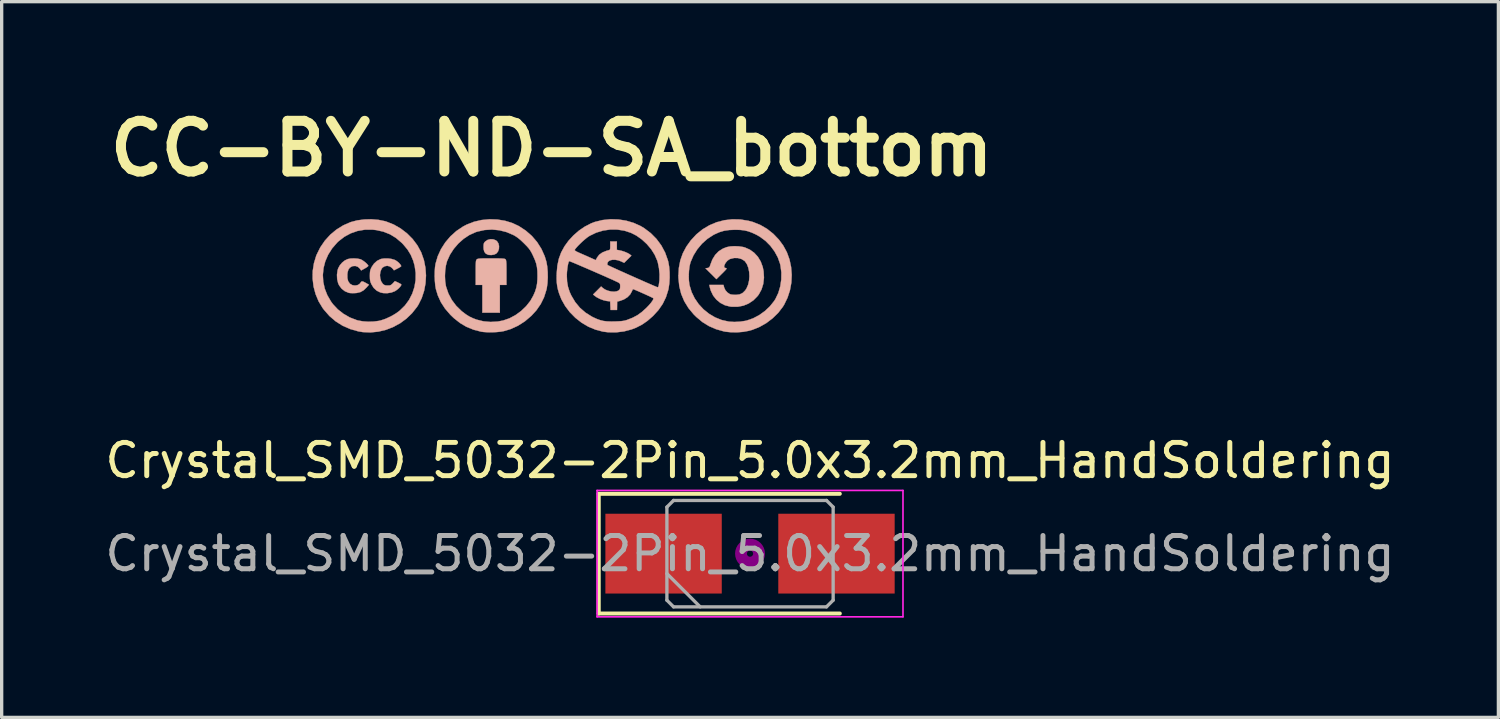
<source format=kicad_pcb>
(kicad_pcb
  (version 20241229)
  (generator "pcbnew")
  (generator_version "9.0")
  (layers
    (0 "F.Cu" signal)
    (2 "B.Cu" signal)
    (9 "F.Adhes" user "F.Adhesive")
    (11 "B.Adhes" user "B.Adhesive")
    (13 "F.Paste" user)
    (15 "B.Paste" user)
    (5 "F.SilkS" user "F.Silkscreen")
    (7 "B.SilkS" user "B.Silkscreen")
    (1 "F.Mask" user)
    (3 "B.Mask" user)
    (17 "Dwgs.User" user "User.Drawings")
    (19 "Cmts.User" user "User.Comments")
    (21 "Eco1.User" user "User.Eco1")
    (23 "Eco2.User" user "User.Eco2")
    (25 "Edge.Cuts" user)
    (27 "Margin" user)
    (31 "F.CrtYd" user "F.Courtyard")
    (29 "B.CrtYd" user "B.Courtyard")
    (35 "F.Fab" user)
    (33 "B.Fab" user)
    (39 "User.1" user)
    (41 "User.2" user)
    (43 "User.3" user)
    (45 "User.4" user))
  (footprint "CC-BY-ND-SA_bottom"
    (layer "F.Cu")
    (at 13.542 5.228)
    (property "Reference" "CC-BY-ND-SA_bottom" (at 0 -3.81 0) (layer "F.SilkS") (effects (font (size 1.524 1.524) (thickness 0.3))))
    (attr through_hole)
    (fp_poly (pts (xy -1.759 -1.081) (xy -1.681 -1.051) (xy -1.645 -1.023) (xy -1.602 -0.957) (xy -1.584 -0.877) (xy -1.588 -0.793) (xy -1.615 -0.715) (xy -1.664 -0.655) (xy -1.669 -0.651) (xy -1.734 -0.621) (xy -1.816 -0.608) (xy -1.898 -0.613) (xy -1.917 -0.618) (xy -1.983 -0.651) (xy -2.026 -0.705) (xy -2.047 -0.783) (xy -2.05 -0.847) (xy -2.048 -0.914) (xy -2.04 -0.958) (xy -2.022 -0.99) (xy -1.998 -1.016) (xy -1.928 -1.063) (xy -1.845 -1.085) (xy -1.759 -1.081)) (stroke (width 0.01) (type solid)) (fill yes) (layer "B.SilkS"))
    (fp_poly (pts (xy -1.685 -0.508) (xy -1.583 -0.506) (xy -1.507 -0.504) (xy -1.455 -0.5) (xy -1.42 -0.495) (xy -1.399 -0.487) (xy -1.389 -0.479) (xy -1.379 -0.465) (xy -1.372 -0.44) (xy -1.367 -0.399) (xy -1.363 -0.339) (xy -1.362 -0.255) (xy -1.361 -0.14) (xy -1.361 -0.08) (xy -1.361 0.29) (xy -1.56 0.29) (xy -1.56 1.125) (xy -2.086 1.125) (xy -2.086 0.29) (xy -2.286 0.29) (xy -2.286 -0.079) (xy -2.286 -0.205) (xy -2.285 -0.299) (xy -2.282 -0.368) (xy -2.279 -0.415) (xy -2.273 -0.445) (xy -2.264 -0.465) (xy -2.253 -0.478) (xy -2.253 -0.478) (xy -2.238 -0.488) (xy -2.214 -0.495) (xy -2.178 -0.501) (xy -2.124 -0.505) (xy -2.047 -0.507) (xy -1.943 -0.508) (xy -1.819 -0.508) (xy -1.685 -0.508)) (stroke (width 0.01) (type solid)) (fill yes) (layer "B.SilkS"))
    (fp_poly (pts (xy -5.844 -0.5) (xy -5.757 -0.483) (xy -5.749 -0.48) (xy -5.701 -0.456) (xy -5.645 -0.418) (xy -5.59 -0.374) (xy -5.546 -0.33) (xy -5.519 -0.295) (xy -5.516 -0.282) (xy -5.531 -0.264) (xy -5.569 -0.236) (xy -5.623 -0.204) (xy -5.731 -0.145) (xy -5.769 -0.199) (xy -5.829 -0.254) (xy -5.904 -0.28) (xy -5.985 -0.275) (xy -6.009 -0.266) (xy -6.072 -0.228) (xy -6.114 -0.172) (xy -6.138 -0.092) (xy -6.146 -0.03) (xy -6.145 0.086) (xy -6.122 0.177) (xy -6.074 0.247) (xy -6.057 0.262) (xy -5.992 0.298) (xy -5.917 0.309) (xy -5.844 0.298) (xy -5.782 0.264) (xy -5.75 0.225) (xy -5.729 0.195) (xy -5.702 0.184) (xy -5.662 0.194) (xy -5.602 0.225) (xy -5.587 0.233) (xy -5.497 0.285) (xy -5.572 0.37) (xy -5.659 0.453) (xy -5.751 0.505) (xy -5.86 0.532) (xy -5.924 0.537) (xy -5.997 0.538) (xy -6.063 0.535) (xy -6.105 0.528) (xy -6.218 0.481) (xy -6.316 0.405) (xy -6.392 0.306) (xy -6.423 0.24) (xy -6.452 0.118) (xy -6.458 -0.016) (xy -6.44 -0.148) (xy -6.422 -0.207) (xy -6.374 -0.296) (xy -6.304 -0.379) (xy -6.222 -0.445) (xy -6.137 -0.486) (xy -6.137 -0.486) (xy -6.05 -0.503) (xy -5.947 -0.507) (xy -5.844 -0.5)) (stroke (width 0.01) (type solid)) (fill yes) (layer "B.SilkS"))
    (fp_poly (pts (xy -4.925 -0.506) (xy -4.819 -0.491) (xy -4.727 -0.464) (xy -4.694 -0.448) (xy -4.639 -0.41) (xy -4.589 -0.365) (xy -4.55 -0.321) (xy -4.529 -0.285) (xy -4.529 -0.268) (xy -4.549 -0.253) (xy -4.592 -0.227) (xy -4.641 -0.201) (xy -4.744 -0.149) (xy -4.778 -0.194) (xy -4.818 -0.232) (xy -4.869 -0.266) (xy -4.872 -0.267) (xy -4.947 -0.285) (xy -5.023 -0.271) (xy -5.088 -0.231) (xy -5.116 -0.195) (xy -5.152 -0.107) (xy -5.166 -0.007) (xy -5.157 0.094) (xy -5.128 0.186) (xy -5.08 0.257) (xy -5.041 0.289) (xy -5 0.304) (xy -4.94 0.308) (xy -4.934 0.308) (xy -4.874 0.306) (xy -4.834 0.292) (xy -4.796 0.261) (xy -4.777 0.242) (xy -4.715 0.176) (xy -4.624 0.219) (xy -4.572 0.245) (xy -4.535 0.267) (xy -4.524 0.276) (xy -4.528 0.302) (xy -4.554 0.341) (xy -4.597 0.388) (xy -4.65 0.434) (xy -4.706 0.473) (xy -4.719 0.48) (xy -4.824 0.52) (xy -4.945 0.539) (xy -5.067 0.536) (xy -5.153 0.517) (xy -5.263 0.463) (xy -5.354 0.379) (xy -5.418 0.277) (xy -5.444 0.219) (xy -5.46 0.166) (xy -5.467 0.105) (xy -5.469 0.022) (xy -5.469 0.017) (xy -5.467 -0.066) (xy -5.461 -0.126) (xy -5.447 -0.177) (xy -5.422 -0.232) (xy -5.415 -0.247) (xy -5.344 -0.351) (xy -5.254 -0.432) (xy -5.15 -0.485) (xy -5.129 -0.491) (xy -5.033 -0.506) (xy -4.925 -0.506)) (stroke (width 0.01) (type solid)) (fill yes) (layer "B.SilkS"))
    (fp_poly (pts (xy 5.632 -0.869) (xy 5.756 -0.85) (xy 5.809 -0.836) (xy 5.958 -0.77) (xy 6.089 -0.676) (xy 6.2 -0.555) (xy 6.286 -0.412) (xy 6.346 -0.249) (xy 6.372 -0.12) (xy 6.383 0.075) (xy 6.362 0.258) (xy 6.31 0.426) (xy 6.228 0.577) (xy 6.191 0.626) (xy 6.067 0.752) (xy 5.924 0.848) (xy 5.765 0.914) (xy 5.594 0.947) (xy 5.413 0.947) (xy 5.364 0.941) (xy 5.21 0.902) (xy 5.072 0.831) (xy 4.953 0.733) (xy 4.856 0.612) (xy 4.787 0.47) (xy 4.761 0.386) (xy 4.739 0.29) (xy 5.166 0.29) (xy 5.186 0.37) (xy 5.221 0.446) (xy 5.28 0.515) (xy 5.352 0.564) (xy 5.384 0.576) (xy 5.43 0.583) (xy 5.495 0.588) (xy 5.544 0.589) (xy 5.653 0.575) (xy 5.744 0.531) (xy 5.82 0.455) (xy 5.859 0.396) (xy 5.906 0.286) (xy 5.935 0.161) (xy 5.945 0.03) (xy 5.938 -0.101) (xy 5.913 -0.224) (xy 5.872 -0.331) (xy 5.815 -0.415) (xy 5.796 -0.434) (xy 5.706 -0.489) (xy 5.6 -0.518) (xy 5.486 -0.52) (xy 5.373 -0.492) (xy 5.341 -0.479) (xy 5.281 -0.435) (xy 5.228 -0.372) (xy 5.193 -0.302) (xy 5.186 -0.273) (xy 5.188 -0.238) (xy 5.214 -0.222) (xy 5.23 -0.218) (xy 5.25 -0.213) (xy 5.258 -0.205) (xy 5.253 -0.189) (xy 5.23 -0.161) (xy 5.187 -0.116) (xy 5.122 -0.05) (xy 5.117 -0.046) (xy 4.953 0.117) (xy 4.789 -0.046) (xy 4.625 -0.209) (xy 4.685 -0.218) (xy 4.723 -0.228) (xy 4.746 -0.25) (xy 4.765 -0.296) (xy 4.768 -0.308) (xy 4.832 -0.475) (xy 4.917 -0.613) (xy 5.023 -0.722) (xy 5.152 -0.803) (xy 5.263 -0.846) (xy 5.371 -0.868) (xy 5.499 -0.875) (xy 5.632 -0.869)) (stroke (width 0.01) (type solid)) (fill yes) (layer "B.SilkS"))
    (fp_poly (pts (xy -5.21 -1.666) (xy -5.011 -1.625) (xy -4.972 -1.613) (xy -4.748 -1.524) (xy -4.54 -1.404) (xy -4.35 -1.258) (xy -4.182 -1.089) (xy -4.04 -0.9) (xy -3.928 -0.694) (xy -3.921 -0.678) (xy -3.844 -0.458) (xy -3.798 -0.228) (xy -3.781 0.006) (xy -3.795 0.241) (xy -3.838 0.469) (xy -3.91 0.687) (xy -4.011 0.889) (xy -4.052 0.953) (xy -4.2 1.14) (xy -4.371 1.305) (xy -4.562 1.445) (xy -4.77 1.557) (xy -4.989 1.642) (xy -5.217 1.696) (xy -5.449 1.719) (xy -5.682 1.709) (xy -5.815 1.687) (xy -6.061 1.617) (xy -6.289 1.517) (xy -6.497 1.386) (xy -6.685 1.225) (xy -6.852 1.034) (xy -6.888 0.986) (xy -7.01 0.785) (xy -7.101 0.567) (xy -7.162 0.339) (xy -7.19 0.105) (xy -7.189 -0.011) (xy -6.883 -0.011) (xy -6.871 0.197) (xy -6.826 0.402) (xy -6.748 0.601) (xy -6.637 0.791) (xy -6.58 0.869) (xy -6.433 1.026) (xy -6.262 1.16) (xy -6.072 1.269) (xy -5.87 1.347) (xy -5.824 1.36) (xy -5.679 1.386) (xy -5.517 1.397) (xy -5.352 1.392) (xy -5.199 1.372) (xy -5.143 1.359) (xy -4.989 1.307) (xy -4.83 1.233) (xy -4.678 1.143) (xy -4.569 1.062) (xy -4.415 0.911) (xy -4.29 0.741) (xy -4.194 0.554) (xy -4.128 0.354) (xy -4.093 0.145) (xy -4.091 -0.07) (xy -4.122 -0.286) (xy -4.165 -0.438) (xy -4.238 -0.612) (xy -4.336 -0.773) (xy -4.464 -0.927) (xy -4.516 -0.98) (xy -4.684 -1.123) (xy -4.865 -1.233) (xy -5.062 -1.311) (xy -5.275 -1.359) (xy -5.4 -1.372) (xy -5.624 -1.37) (xy -5.839 -1.333) (xy -6.043 -1.262) (xy -6.234 -1.159) (xy -6.409 -1.024) (xy -6.457 -0.978) (xy -6.606 -0.805) (xy -6.723 -0.619) (xy -6.809 -0.422) (xy -6.862 -0.219) (xy -6.883 -0.011) (xy -7.189 -0.011) (xy -7.187 -0.131) (xy -7.15 -0.365) (xy -7.081 -0.591) (xy -7.07 -0.617) (xy -6.961 -0.837) (xy -6.823 -1.039) (xy -6.66 -1.219) (xy -6.475 -1.373) (xy -6.271 -1.5) (xy -6.052 -1.596) (xy -6.044 -1.599) (xy -5.851 -1.65) (xy -5.64 -1.678) (xy -5.423 -1.684) (xy -5.21 -1.666)) (stroke (width 0.01) (type solid)) (fill yes) (layer "B.SilkS"))
    (fp_poly (pts (xy 5.671 -1.678) (xy 5.916 -1.638) (xy 6.051 -1.602) (xy 6.269 -1.515) (xy 6.475 -1.396) (xy 6.663 -1.247) (xy 6.832 -1.071) (xy 6.963 -0.893) (xy 7.072 -0.692) (xy 7.151 -0.475) (xy 7.199 -0.248) (xy 7.218 -0.014) (xy 7.207 0.22) (xy 7.165 0.45) (xy 7.093 0.672) (xy 6.992 0.881) (xy 6.95 0.949) (xy 6.811 1.13) (xy 6.644 1.293) (xy 6.456 1.436) (xy 6.251 1.553) (xy 6.036 1.64) (xy 5.931 1.67) (xy 5.763 1.701) (xy 5.582 1.716) (xy 5.4 1.715) (xy 5.232 1.698) (xy 5.175 1.687) (xy 4.941 1.621) (xy 4.729 1.529) (xy 4.533 1.408) (xy 4.349 1.254) (xy 4.27 1.176) (xy 4.112 0.986) (xy 3.986 0.78) (xy 3.894 0.561) (xy 3.836 0.328) (xy 3.811 0.081) (xy 3.81 0.022) (xy 3.811 0.008) (xy 4.121 0.008) (xy 4.125 0.147) (xy 4.139 0.271) (xy 4.145 0.301) (xy 4.207 0.505) (xy 4.3 0.695) (xy 4.421 0.87) (xy 4.566 1.026) (xy 4.732 1.159) (xy 4.914 1.267) (xy 5.111 1.346) (xy 5.317 1.392) (xy 5.337 1.395) (xy 5.495 1.404) (xy 5.665 1.395) (xy 5.826 1.371) (xy 5.869 1.361) (xy 6.057 1.295) (xy 6.24 1.199) (xy 6.41 1.077) (xy 6.562 0.934) (xy 6.689 0.775) (xy 6.728 0.714) (xy 6.814 0.534) (xy 6.873 0.336) (xy 6.904 0.127) (xy 6.907 -0.084) (xy 6.88 -0.29) (xy 6.867 -0.346) (xy 6.8 -0.536) (xy 6.701 -0.717) (xy 6.576 -0.886) (xy 6.428 -1.035) (xy 6.262 -1.158) (xy 6.148 -1.223) (xy 6.017 -1.283) (xy 5.902 -1.324) (xy 5.79 -1.35) (xy 5.669 -1.364) (xy 5.524 -1.368) (xy 5.515 -1.368) (xy 5.339 -1.361) (xy 5.184 -1.338) (xy 5.04 -1.295) (xy 4.895 -1.23) (xy 4.862 -1.213) (xy 4.683 -1.096) (xy 4.52 -0.951) (xy 4.379 -0.783) (xy 4.263 -0.597) (xy 4.177 -0.398) (xy 4.169 -0.373) (xy 4.144 -0.265) (xy 4.128 -0.133) (xy 4.121 0.008) (xy 3.811 0.008) (xy 3.824 -0.222) (xy 3.868 -0.449) (xy 3.943 -0.661) (xy 4.051 -0.864) (xy 4.183 -1.048) (xy 4.35 -1.229) (xy 4.537 -1.381) (xy 4.742 -1.503) (xy 4.96 -1.595) (xy 5.19 -1.655) (xy 5.428 -1.683) (xy 5.671 -1.678)) (stroke (width 0.01) (type solid)) (fill yes) (layer "B.SilkS"))
    (fp_poly (pts (xy -1.636 -1.676) (xy -1.403 -1.638) (xy -1.18 -1.569) (xy -0.987 -1.478) (xy -0.78 -1.342) (xy -0.596 -1.181) (xy -0.439 -0.997) (xy -0.31 -0.793) (xy -0.211 -0.573) (xy -0.16 -0.405) (xy -0.135 -0.264) (xy -0.121 -0.102) (xy -0.118 0.068) (xy -0.127 0.235) (xy -0.148 0.385) (xy -0.16 0.439) (xy -0.231 0.663) (xy -0.331 0.866) (xy -0.462 1.055) (xy -0.611 1.218) (xy -0.806 1.384) (xy -1.016 1.518) (xy -1.241 1.62) (xy -1.438 1.679) (xy -1.539 1.697) (xy -1.663 1.709) (xy -1.798 1.715) (xy -1.931 1.714) (xy -2.051 1.706) (xy -2.12 1.697) (xy -2.351 1.637) (xy -2.563 1.551) (xy -2.759 1.435) (xy -2.945 1.287) (xy -3.05 1.186) (xy -3.208 1.002) (xy -3.333 0.809) (xy -3.426 0.604) (xy -3.483 0.416) (xy -3.502 0.307) (xy -3.514 0.174) (xy -3.52 0.03) (xy -3.52 0.023) (xy -3.211 0.023) (xy -3.204 0.179) (xy -3.183 0.319) (xy -3.177 0.344) (xy -3.107 0.549) (xy -3.005 0.742) (xy -2.873 0.918) (xy -2.716 1.072) (xy -2.689 1.094) (xy -2.578 1.178) (xy -2.477 1.241) (xy -2.373 1.291) (xy -2.257 1.335) (xy -2.053 1.385) (xy -1.839 1.404) (xy -1.623 1.392) (xy -1.461 1.361) (xy -1.271 1.295) (xy -1.089 1.198) (xy -0.919 1.074) (xy -0.768 0.929) (xy -0.641 0.768) (xy -0.554 0.614) (xy -0.5 0.49) (xy -0.464 0.375) (xy -0.441 0.256) (xy -0.43 0.122) (xy -0.428 0.018) (xy -0.431 -0.127) (xy -0.444 -0.249) (xy -0.469 -0.361) (xy -0.51 -0.474) (xy -0.568 -0.603) (xy -0.574 -0.616) (xy -0.614 -0.694) (xy -0.653 -0.758) (xy -0.698 -0.818) (xy -0.757 -0.883) (xy -0.833 -0.96) (xy -0.927 -1.05) (xy -1.008 -1.118) (xy -1.085 -1.172) (xy -1.152 -1.21) (xy -1.36 -1.299) (xy -1.577 -1.354) (xy -1.797 -1.375) (xy -2.019 -1.361) (xy -2.236 -1.313) (xy -2.293 -1.294) (xy -2.477 -1.211) (xy -2.65 -1.096) (xy -2.808 -0.955) (xy -2.947 -0.793) (xy -3.062 -0.615) (xy -3.147 -0.425) (xy -3.151 -0.414) (xy -3.184 -0.286) (xy -3.204 -0.136) (xy -3.211 0.023) (xy -3.52 0.023) (xy -3.518 -0.114) (xy -3.509 -0.245) (xy -3.494 -0.345) (xy -3.428 -0.571) (xy -3.329 -0.787) (xy -3.201 -0.987) (xy -3.046 -1.17) (xy -2.868 -1.33) (xy -2.669 -1.464) (xy -2.557 -1.523) (xy -2.339 -1.608) (xy -2.11 -1.661) (xy -1.874 -1.684) (xy -1.636 -1.676)) (stroke (width 0.01) (type solid)) (fill yes) (layer "B.SilkS"))
    (fp_poly (pts (xy 2.004 -1.678) (xy 2.24 -1.641) (xy 2.466 -1.574) (xy 2.678 -1.478) (xy 2.781 -1.416) (xy 2.98 -1.265) (xy 3.152 -1.091) (xy 3.297 -0.895) (xy 3.411 -0.681) (xy 3.493 -0.451) (xy 3.505 -0.406) (xy 3.531 -0.263) (xy 3.545 -0.098) (xy 3.547 0.075) (xy 3.537 0.243) (xy 3.515 0.395) (xy 3.505 0.441) (xy 3.435 0.661) (xy 3.338 0.861) (xy 3.21 1.046) (xy 3.05 1.221) (xy 3.045 1.226) (xy 2.879 1.371) (xy 2.712 1.486) (xy 2.535 1.577) (xy 2.404 1.627) (xy 2.175 1.688) (xy 1.938 1.717) (xy 1.702 1.715) (xy 1.542 1.695) (xy 1.317 1.636) (xy 1.101 1.546) (xy 0.898 1.426) (xy 0.712 1.28) (xy 0.546 1.112) (xy 0.405 0.925) (xy 0.291 0.723) (xy 0.221 0.544) (xy 0.187 0.429) (xy 0.165 0.323) (xy 0.152 0.216) (xy 0.147 0.095) (xy 0.149 0.013) (xy 0.454 0.013) (xy 0.462 0.189) (xy 0.489 0.345) (xy 0.537 0.495) (xy 0.588 0.608) (xy 0.706 0.806) (xy 0.848 0.978) (xy 1.015 1.123) (xy 1.208 1.244) (xy 1.245 1.263) (xy 1.357 1.314) (xy 1.457 1.35) (xy 1.555 1.374) (xy 1.662 1.387) (xy 1.788 1.391) (xy 1.896 1.39) (xy 2.012 1.385) (xy 2.1 1.379) (xy 2.171 1.369) (xy 2.232 1.354) (xy 2.267 1.343) (xy 2.432 1.278) (xy 2.576 1.202) (xy 2.709 1.106) (xy 2.843 0.985) (xy 2.846 0.982) (xy 2.924 0.901) (xy 2.987 0.827) (xy 3.032 0.764) (xy 3.056 0.717) (xy 3.056 0.69) (xy 3.055 0.69) (xy 3.035 0.678) (xy 2.987 0.655) (xy 2.92 0.623) (xy 2.84 0.586) (xy 2.753 0.547) (xy 2.665 0.508) (xy 2.585 0.473) (xy 2.517 0.444) (xy 2.469 0.424) (xy 2.447 0.417) (xy 2.433 0.433) (xy 2.416 0.47) (xy 2.415 0.475) (xy 2.362 0.573) (xy 2.279 0.659) (xy 2.173 0.726) (xy 2.054 0.77) (xy 1.968 0.792) (xy 1.966 0.917) (xy 1.964 1.043) (xy 1.769 1.043) (xy 1.758 0.785) (xy 1.652 0.773) (xy 1.557 0.751) (xy 1.452 0.712) (xy 1.353 0.661) (xy 1.289 0.616) (xy 1.245 0.578) (xy 1.366 0.458) (xy 1.486 0.337) (xy 1.528 0.376) (xy 1.6 0.427) (xy 1.688 0.464) (xy 1.784 0.487) (xy 1.878 0.494) (xy 1.959 0.482) (xy 2.012 0.458) (xy 2.042 0.429) (xy 2.056 0.393) (xy 2.059 0.335) (xy 2.059 0.334) (xy 2.057 0.279) (xy 2.046 0.248) (xy 2.019 0.226) (xy 1.996 0.213) (xy 1.945 0.189) (xy 1.87 0.154) (xy 1.774 0.111) (xy 1.662 0.061) (xy 1.538 0.006) (xy 1.406 -0.052) (xy 1.269 -0.112) (xy 1.133 -0.171) (xy 1.001 -0.228) (xy 0.877 -0.281) (xy 0.766 -0.329) (xy 0.671 -0.369) (xy 0.597 -0.399) (xy 0.547 -0.419) (xy 0.525 -0.426) (xy 0.525 -0.426) (xy 0.51 -0.4) (xy 0.494 -0.345) (xy 0.479 -0.271) (xy 0.467 -0.183) (xy 0.458 -0.092) (xy 0.454 -0.003) (xy 0.454 0.013) (xy 0.149 0.013) (xy 0.15 -0.049) (xy 0.15 -0.059) (xy 0.17 -0.288) (xy 0.214 -0.495) (xy 0.284 -0.686) (xy 0.322 -0.755) (xy 0.69 -0.755) (xy 0.705 -0.738) (xy 0.746 -0.713) (xy 0.803 -0.686) (xy 0.803 -0.686) (xy 0.866 -0.658) (xy 0.951 -0.621) (xy 1.045 -0.58) (xy 1.12 -0.546) (xy 1.325 -0.455) (xy 1.361 -0.527) (xy 1.426 -0.615) (xy 1.523 -0.685) (xy 1.65 -0.736) (xy 1.71 -0.752) (xy 1.736 -0.759) (xy 1.751 -0.773) (xy 1.758 -0.802) (xy 1.76 -0.855) (xy 1.76 -0.889) (xy 1.76 -1.016) (xy 1.959 -1.016) (xy 1.959 -0.764) (xy 2.027 -0.752) (xy 2.11 -0.733) (xy 2.198 -0.704) (xy 2.279 -0.669) (xy 2.34 -0.635) (xy 2.346 -0.63) (xy 2.396 -0.59) (xy 2.178 -0.374) (xy 2.092 -0.415) (xy 1.999 -0.45) (xy 1.906 -0.466) (xy 1.821 -0.465) (xy 1.749 -0.446) (xy 1.698 -0.411) (xy 1.677 -0.372) (xy 1.673 -0.331) (xy 1.68 -0.308) (xy 1.7 -0.297) (xy 1.749 -0.274) (xy 1.823 -0.239) (xy 1.918 -0.196) (xy 2.029 -0.145) (xy 2.153 -0.09) (xy 2.286 -0.03) (xy 2.423 0.031) (xy 2.56 0.092) (xy 2.694 0.151) (xy 2.82 0.207) (xy 2.933 0.256) (xy 3.031 0.299) (xy 3.108 0.331) (xy 3.161 0.353) (xy 3.186 0.362) (xy 3.186 0.362) (xy 3.205 0.347) (xy 3.218 0.313) (xy 3.24 0.151) (xy 3.243 -0.028) (xy 3.226 -0.209) (xy 3.192 -0.38) (xy 3.173 -0.442) (xy 3.098 -0.615) (xy 2.993 -0.782) (xy 2.861 -0.938) (xy 2.711 -1.077) (xy 2.545 -1.194) (xy 2.386 -1.275) (xy 2.184 -1.341) (xy 1.973 -1.374) (xy 1.758 -1.375) (xy 1.544 -1.344) (xy 1.339 -1.282) (xy 1.146 -1.189) (xy 1.117 -1.171) (xy 1.061 -1.132) (xy 0.995 -1.078) (xy 0.924 -1.016) (xy 0.854 -0.949) (xy 0.79 -0.885) (xy 0.738 -0.827) (xy 0.702 -0.782) (xy 0.69 -0.755) (xy 0.322 -0.755) (xy 0.383 -0.868) (xy 0.505 -1.037) (xy 0.652 -1.197) (xy 0.818 -1.342) (xy 0.997 -1.464) (xy 1.181 -1.559) (xy 1.298 -1.604) (xy 1.528 -1.66) (xy 1.765 -1.685) (xy 2.004 -1.678)) (stroke (width 0.01) (type solid)) (fill yes) (layer "B.SilkS")))
  (footprint "Crystal_SMD_5032-2Pin_5.0x3.2mm_HandSoldering"
    (layer "F.Cu")
    (at 19.506 13.6)
    (property "Reference" "Crystal_SMD_5032-2Pin_5.0x3.2mm_HandSoldering" (at 0 -2.8 0) (layer "F.SilkS") (effects (font (size 1 1) (thickness 0.15))))
    (attr smd)
    (fp_line (start -4.55 -1.8) (end -4.55 1.8) (stroke (width 0.12) (type solid)) (layer "F.SilkS"))
    (fp_line (start -4.55 1.8) (end 2.7 1.8) (stroke (width 0.12) (type solid)) (layer "F.SilkS"))
    (fp_line (start 2.7 -1.8) (end -4.55 -1.8) (stroke (width 0.12) (type solid)) (layer "F.SilkS"))
    (fp_circle (center 0 0) (end 0.093 0) (stroke (width 0.187) (type solid)) (fill no) (layer "F.Adhes"))
    (fp_circle (center 0 0) (end 0.213 0) (stroke (width 0.133) (type solid)) (fill no) (layer "F.Adhes"))
    (fp_circle (center 0 0) (end 0.333 0) (stroke (width 0.133) (type solid)) (fill no) (layer "F.Adhes"))
    (fp_circle (center 0 0) (end 0.4 0) (stroke (width 0.1) (type solid)) (fill no) (layer "F.Adhes"))
    (fp_line (start -4.6 -1.9) (end -4.6 1.9) (stroke (width 0.05) (type solid)) (layer "F.CrtYd"))
    (fp_line (start -4.6 1.9) (end 4.6 1.9) (stroke (width 0.05) (type solid)) (layer "F.CrtYd"))
    (fp_line (start 4.6 -1.9) (end -4.6 -1.9) (stroke (width 0.05) (type solid)) (layer "F.CrtYd"))
    (fp_line (start 4.6 1.9) (end 4.6 -1.9) (stroke (width 0.05) (type solid)) (layer "F.CrtYd"))
    (fp_line (start -2.5 -1.4) (end -2.3 -1.6) (stroke (width 0.1) (type solid)) (layer "F.Fab"))
    (fp_line (start -2.5 0.6) (end -1.5 1.6) (stroke (width 0.1) (type solid)) (layer "F.Fab"))
    (fp_line (start -2.5 1.4) (end -2.5 -1.4) (stroke (width 0.1) (type solid)) (layer "F.Fab"))
    (fp_line (start -2.3 -1.6) (end 2.3 -1.6) (stroke (width 0.1) (type solid)) (layer "F.Fab"))
    (fp_line (start -2.3 1.6) (end -2.5 1.4) (stroke (width 0.1) (type solid)) (layer "F.Fab"))
    (fp_line (start 2.3 -1.6) (end 2.5 -1.4) (stroke (width 0.1) (type solid)) (layer "F.Fab"))
    (fp_line (start 2.3 1.6) (end -2.3 1.6) (stroke (width 0.1) (type solid)) (layer "F.Fab"))
    (fp_line (start 2.5 -1.4) (end 2.5 1.4) (stroke (width 0.1) (type solid)) (layer "F.Fab"))
    (fp_line (start 2.5 1.4) (end 2.3 1.6) (stroke (width 0.1) (type solid)) (layer "F.Fab"))
    (fp_text user "${REFERENCE}" (at 0 0 0) (layer "F.Fab") (effects (font (size 1 1) (thickness 0.15))))
    (pad "1" smd rect (at -2.6 0) (size 3.5 2.4) (layers "F.Cu" "F.Mask" "F.Paste"))
    (pad "2" smd rect (at 2.6 0) (size 3.5 2.4) (layers "F.Cu" "F.Mask" "F.Paste")))
  (gr_rect
    (start -3 -3)
    (end 42.012 18.525)
    (stroke (width 0.1) (type default))
    (fill no)
    (layer "Edge.Cuts")))
</source>
